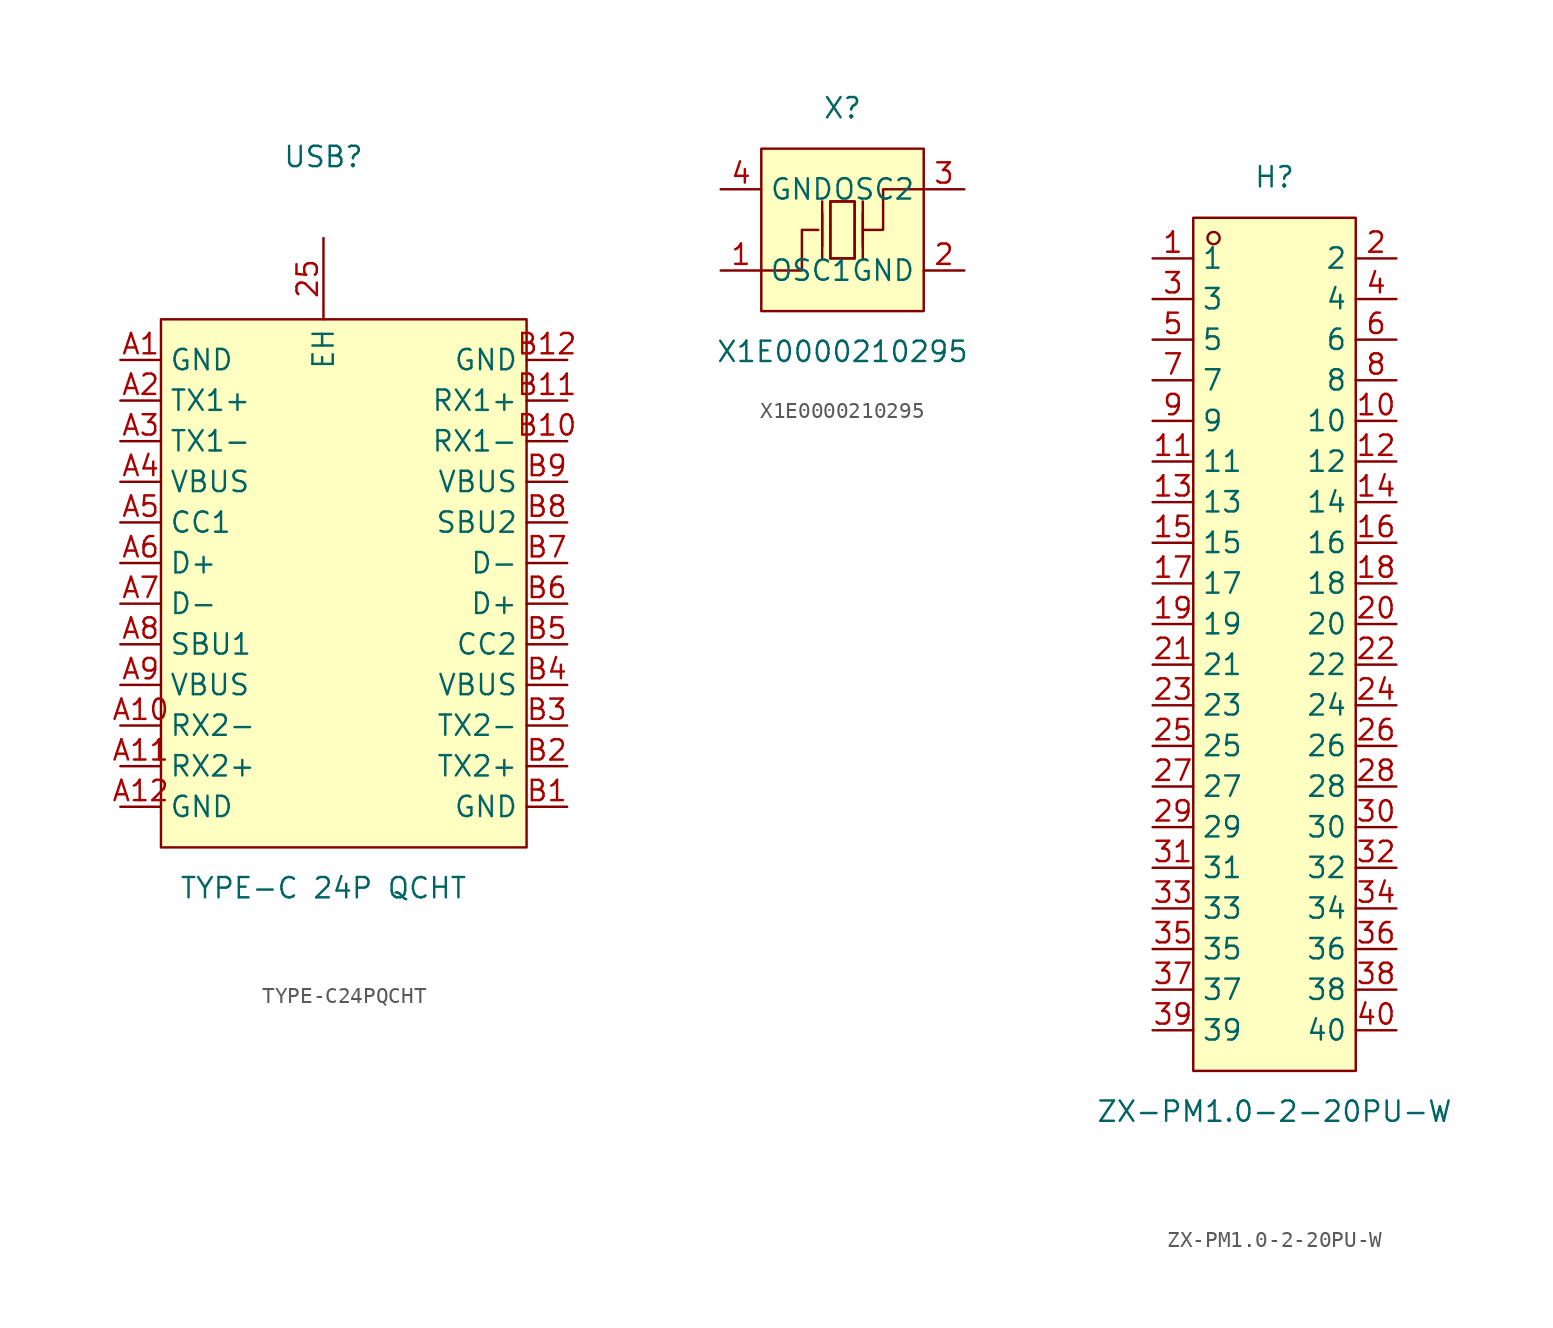
<source format=kicad_sym>
(kicad_symbol_lib
  (version 20241209)
  (generator "kicad_symbol_editor")
  (generator_version "9.0")
  (symbol "TYPE-C24PQCHT"
    (property "Reference" "USB"
      (at 0 25.4 0)
      (effects (font (size 1.27 1.27))))
    (property "Value" "TYPE-C 24P QCHT"
      (at 0 -20.32 0)
      (effects (font (size 1.27 1.27))))
    (symbol "TYPE-C24PQCHT_0_1"
      (rectangle (start -10.16 15.24) (end 12.7 -17.78) (stroke (width 0) (type default)) (fill (type background)))
      (pin unspecified line (at -12.7 12.7 0) (length 2.54) (name "GND" (effects (font (size 1.27 1.27)))) (number "A1" (effects (font (size 1.27 1.27)))))
      (pin unspecified line (at -12.7 10.16 0) (length 2.54) (name "TX1+" (effects (font (size 1.27 1.27)))) (number "A2" (effects (font (size 1.27 1.27)))))
      (pin unspecified line (at -12.7 7.62 0) (length 2.54) (name "TX1-" (effects (font (size 1.27 1.27)))) (number "A3" (effects (font (size 1.27 1.27)))))
      (pin unspecified line (at -12.7 5.08 0) (length 2.54) (name "VBUS" (effects (font (size 1.27 1.27)))) (number "A4" (effects (font (size 1.27 1.27)))))
      (pin unspecified line (at -12.7 2.54 0) (length 2.54) (name "CC1" (effects (font (size 1.27 1.27)))) (number "A5" (effects (font (size 1.27 1.27)))))
      (pin unspecified line (at -12.7 0 0) (length 2.54) (name "D+" (effects (font (size 1.27 1.27)))) (number "A6" (effects (font (size 1.27 1.27)))))
      (pin unspecified line (at -12.7 -2.54 0) (length 2.54) (name "D-" (effects (font (size 1.27 1.27)))) (number "A7" (effects (font (size 1.27 1.27)))))
      (pin unspecified line (at -12.7 -5.08 0) (length 2.54) (name "SBU1" (effects (font (size 1.27 1.27)))) (number "A8" (effects (font (size 1.27 1.27)))))
      (pin unspecified line (at -12.7 -7.62 0) (length 2.54) (name "VBUS" (effects (font (size 1.27 1.27)))) (number "A9" (effects (font (size 1.27 1.27)))))
      (pin unspecified line (at -12.7 -10.16 0) (length 2.54) (name "RX2-" (effects (font (size 1.27 1.27)))) (number "A10" (effects (font (size 1.27 1.27)))))
      (pin unspecified line (at -12.7 -12.7 0) (length 2.54) (name "RX2+" (effects (font (size 1.27 1.27)))) (number "A11" (effects (font (size 1.27 1.27)))))
      (pin unspecified line (at -12.7 -15.24 0) (length 2.54) (name "GND" (effects (font (size 1.27 1.27)))) (number "A12" (effects (font (size 1.27 1.27)))))
      (pin unspecified line (at 0 20.32 270) (length 5.08) (name "EH" (effects (font (size 1.27 1.27)))) (number "25" (effects (font (size 1.27 1.27)))))
      (pin unspecified line (at 15.24 12.7 180) (length 2.54) (name "GND" (effects (font (size 1.27 1.27)))) (number "B12" (effects (font (size 1.27 1.27)))))
      (pin unspecified line (at 15.24 10.16 180) (length 2.54) (name "RX1+" (effects (font (size 1.27 1.27)))) (number "B11" (effects (font (size 1.27 1.27)))))
      (pin unspecified line (at 15.24 7.62 180) (length 2.54) (name "RX1-" (effects (font (size 1.27 1.27)))) (number "B10" (effects (font (size 1.27 1.27)))))
      (pin unspecified line (at 15.24 5.08 180) (length 2.54) (name "VBUS" (effects (font (size 1.27 1.27)))) (number "B9" (effects (font (size 1.27 1.27)))))
      (pin unspecified line (at 15.24 2.54 180) (length 2.54) (name "SBU2" (effects (font (size 1.27 1.27)))) (number "B8" (effects (font (size 1.27 1.27)))))
      (pin unspecified line (at 15.24 0 180) (length 2.54) (name "D-" (effects (font (size 1.27 1.27)))) (number "B7" (effects (font (size 1.27 1.27)))))
      (pin unspecified line (at 15.24 -2.54 180) (length 2.54) (name "D+" (effects (font (size 1.27 1.27)))) (number "B6" (effects (font (size 1.27 1.27)))))
      (pin unspecified line (at 15.24 -5.08 180) (length 2.54) (name "CC2" (effects (font (size 1.27 1.27)))) (number "B5" (effects (font (size 1.27 1.27)))))
      (pin unspecified line (at 15.24 -7.62 180) (length 2.54) (name "VBUS" (effects (font (size 1.27 1.27)))) (number "B4" (effects (font (size 1.27 1.27)))))
      (pin unspecified line (at 15.24 -10.16 180) (length 2.54) (name "TX2-" (effects (font (size 1.27 1.27)))) (number "B3" (effects (font (size 1.27 1.27)))))
      (pin unspecified line (at 15.24 -12.7 180) (length 2.54) (name "TX2+" (effects (font (size 1.27 1.27)))) (number "B2" (effects (font (size 1.27 1.27)))))
      (pin unspecified line (at 15.24 -15.24 180) (length 2.54) (name "GND" (effects (font (size 1.27 1.27)))) (number "B1" (effects (font (size 1.27 1.27)))))))
  (symbol "X1E0000210295"
    (property "Reference" "X"
      (at 0 7.62 0)
      (effects (font (size 1.27 1.27))))
    (property "Value" "X1E0000210295"
      (at 0 -7.62 0)
      (effects (font (size 1.27 1.27))))
    (symbol "X1E0000210295_0_1"
      (rectangle (start -5.08 5.08) (end 5.08 -5.08) (stroke (width 0) (type default)) (fill (type background)))
      (polyline (pts (xy -5.08 -2.54) (xy -2.54 -2.54) (xy -2.54 0) (xy -1.52 0)) (stroke (width 0) (type default)) (fill (type none)))
      (polyline (pts (xy -1.27 -1.02) (xy -1.27 1.02)) (stroke (width 0) (type default)) (fill (type none)))
      (polyline (pts (xy -1.27 -1.78) (xy -1.27 1.78)) (stroke (width 0) (type default)) (fill (type none)))
      (polyline (pts (xy -0.76 -1.78) (xy -0.76 1.78) (xy 0.76 1.78) (xy 0.76 -1.78)) (stroke (width 0) (type default)) (fill (type none)))
      (polyline (pts (xy 0.76 1.78) (xy 0.76 -1.78) (xy -0.76 -1.78) (xy -0.76 1.78) (xy 0.76 1.78)) (stroke (width 0) (type default)) (fill (type background)))
      (polyline (pts (xy 0.76 -1.78) (xy -0.76 -1.78)) (stroke (width 0) (type default)) (fill (type none)))
      (polyline (pts (xy 1.27 -1.02) (xy 1.27 1.02)) (stroke (width 0) (type default)) (fill (type none)))
      (polyline (pts (xy 1.27 -1.78) (xy 1.27 1.78)) (stroke (width 0) (type default)) (fill (type none)))
      (polyline (pts (xy 5.08 2.54) (xy 2.54 2.54) (xy 2.54 0) (xy 1.27 0)) (stroke (width 0) (type default)) (fill (type none)))
      (pin input line (at -7.62 2.54 0) (length 2.54) (name "GND" (effects (font (size 1.27 1.27)))) (number "4" (effects (font (size 1.27 1.27)))))
      (pin input line (at -7.62 -2.54 0) (length 2.54) (name "OSC1" (effects (font (size 1.27 1.27)))) (number "1" (effects (font (size 1.27 1.27)))))
      (pin input line (at 7.62 2.54 180) (length 2.54) (name "OSC2" (effects (font (size 1.27 1.27)))) (number "3" (effects (font (size 1.27 1.27)))))
      (pin input line (at 7.62 -2.54 180) (length 2.54) (name "GND" (effects (font (size 1.27 1.27)))) (number "2" (effects (font (size 1.27 1.27)))))))
  (symbol "ZX-PM1.0-2-20PU-W"
    (property "Reference" "H"
      (at 0 29.21 0)
      (effects (font (size 1.27 1.27))))
    (property "Value" "ZX-PM1.0-2-20PU-W"
      (at 0 -29.21 0)
      (effects (font (size 1.27 1.27))))
    (symbol "ZX-PM1.0-2-20PU-W_0_1"
      (rectangle (start -5.08 26.67) (end 5.08 -26.67) (stroke (width 0) (type default)) (fill (type background)))
      (circle (center -3.81 25.4) (radius 0.38) (stroke (width 0) (type default)) (fill (type none)))
      (pin unspecified line (at -7.62 24.13 0) (length 2.54) (name "1" (effects (font (size 1.27 1.27)))) (number "1" (effects (font (size 1.27 1.27)))))
      (pin unspecified line (at -7.62 21.59 0) (length 2.54) (name "3" (effects (font (size 1.27 1.27)))) (number "3" (effects (font (size 1.27 1.27)))))
      (pin unspecified line (at -7.62 19.05 0) (length 2.54) (name "5" (effects (font (size 1.27 1.27)))) (number "5" (effects (font (size 1.27 1.27)))))
      (pin unspecified line (at -7.62 16.51 0) (length 2.54) (name "7" (effects (font (size 1.27 1.27)))) (number "7" (effects (font (size 1.27 1.27)))))
      (pin unspecified line (at -7.62 13.97 0) (length 2.54) (name "9" (effects (font (size 1.27 1.27)))) (number "9" (effects (font (size 1.27 1.27)))))
      (pin unspecified line (at -7.62 11.43 0) (length 2.54) (name "11" (effects (font (size 1.27 1.27)))) (number "11" (effects (font (size 1.27 1.27)))))
      (pin unspecified line (at -7.62 8.89 0) (length 2.54) (name "13" (effects (font (size 1.27 1.27)))) (number "13" (effects (font (size 1.27 1.27)))))
      (pin unspecified line (at -7.62 6.35 0) (length 2.54) (name "15" (effects (font (size 1.27 1.27)))) (number "15" (effects (font (size 1.27 1.27)))))
      (pin unspecified line (at -7.62 3.81 0) (length 2.54) (name "17" (effects (font (size 1.27 1.27)))) (number "17" (effects (font (size 1.27 1.27)))))
      (pin unspecified line (at -7.62 1.27 0) (length 2.54) (name "19" (effects (font (size 1.27 1.27)))) (number "19" (effects (font (size 1.27 1.27)))))
      (pin unspecified line (at -7.62 -1.27 0) (length 2.54) (name "21" (effects (font (size 1.27 1.27)))) (number "21" (effects (font (size 1.27 1.27)))))
      (pin unspecified line (at -7.62 -3.81 0) (length 2.54) (name "23" (effects (font (size 1.27 1.27)))) (number "23" (effects (font (size 1.27 1.27)))))
      (pin unspecified line (at -7.62 -6.35 0) (length 2.54) (name "25" (effects (font (size 1.27 1.27)))) (number "25" (effects (font (size 1.27 1.27)))))
      (pin unspecified line (at -7.62 -8.89 0) (length 2.54) (name "27" (effects (font (size 1.27 1.27)))) (number "27" (effects (font (size 1.27 1.27)))))
      (pin unspecified line (at -7.62 -11.43 0) (length 2.54) (name "29" (effects (font (size 1.27 1.27)))) (number "29" (effects (font (size 1.27 1.27)))))
      (pin unspecified line (at -7.62 -13.97 0) (length 2.54) (name "31" (effects (font (size 1.27 1.27)))) (number "31" (effects (font (size 1.27 1.27)))))
      (pin unspecified line (at -7.62 -16.51 0) (length 2.54) (name "33" (effects (font (size 1.27 1.27)))) (number "33" (effects (font (size 1.27 1.27)))))
      (pin unspecified line (at -7.62 -19.05 0) (length 2.54) (name "35" (effects (font (size 1.27 1.27)))) (number "35" (effects (font (size 1.27 1.27)))))
      (pin unspecified line (at -7.62 -21.59 0) (length 2.54) (name "37" (effects (font (size 1.27 1.27)))) (number "37" (effects (font (size 1.27 1.27)))))
      (pin unspecified line (at -7.62 -24.13 0) (length 2.54) (name "39" (effects (font (size 1.27 1.27)))) (number "39" (effects (font (size 1.27 1.27)))))
      (pin unspecified line (at 7.62 24.13 180) (length 2.54) (name "2" (effects (font (size 1.27 1.27)))) (number "2" (effects (font (size 1.27 1.27)))))
      (pin unspecified line (at 7.62 21.59 180) (length 2.54) (name "4" (effects (font (size 1.27 1.27)))) (number "4" (effects (font (size 1.27 1.27)))))
      (pin unspecified line (at 7.62 19.05 180) (length 2.54) (name "6" (effects (font (size 1.27 1.27)))) (number "6" (effects (font (size 1.27 1.27)))))
      (pin unspecified line (at 7.62 16.51 180) (length 2.54) (name "8" (effects (font (size 1.27 1.27)))) (number "8" (effects (font (size 1.27 1.27)))))
      (pin unspecified line (at 7.62 13.97 180) (length 2.54) (name "10" (effects (font (size 1.27 1.27)))) (number "10" (effects (font (size 1.27 1.27)))))
      (pin unspecified line (at 7.62 11.43 180) (length 2.54) (name "12" (effects (font (size 1.27 1.27)))) (number "12" (effects (font (size 1.27 1.27)))))
      (pin unspecified line (at 7.62 8.89 180) (length 2.54) (name "14" (effects (font (size 1.27 1.27)))) (number "14" (effects (font (size 1.27 1.27)))))
      (pin unspecified line (at 7.62 6.35 180) (length 2.54) (name "16" (effects (font (size 1.27 1.27)))) (number "16" (effects (font (size 1.27 1.27)))))
      (pin unspecified line (at 7.62 3.81 180) (length 2.54) (name "18" (effects (font (size 1.27 1.27)))) (number "18" (effects (font (size 1.27 1.27)))))
      (pin unspecified line (at 7.62 1.27 180) (length 2.54) (name "20" (effects (font (size 1.27 1.27)))) (number "20" (effects (font (size 1.27 1.27)))))
      (pin unspecified line (at 7.62 -1.27 180) (length 2.54) (name "22" (effects (font (size 1.27 1.27)))) (number "22" (effects (font (size 1.27 1.27)))))
      (pin unspecified line (at 7.62 -3.81 180) (length 2.54) (name "24" (effects (font (size 1.27 1.27)))) (number "24" (effects (font (size 1.27 1.27)))))
      (pin unspecified line (at 7.62 -6.35 180) (length 2.54) (name "26" (effects (font (size 1.27 1.27)))) (number "26" (effects (font (size 1.27 1.27)))))
      (pin unspecified line (at 7.62 -8.89 180) (length 2.54) (name "28" (effects (font (size 1.27 1.27)))) (number "28" (effects (font (size 1.27 1.27)))))
      (pin unspecified line (at 7.62 -11.43 180) (length 2.54) (name "30" (effects (font (size 1.27 1.27)))) (number "30" (effects (font (size 1.27 1.27)))))
      (pin unspecified line (at 7.62 -13.97 180) (length 2.54) (name "32" (effects (font (size 1.27 1.27)))) (number "32" (effects (font (size 1.27 1.27)))))
      (pin unspecified line (at 7.62 -16.51 180) (length 2.54) (name "34" (effects (font (size 1.27 1.27)))) (number "34" (effects (font (size 1.27 1.27)))))
      (pin unspecified line (at 7.62 -19.05 180) (length 2.54) (name "36" (effects (font (size 1.27 1.27)))) (number "36" (effects (font (size 1.27 1.27)))))
      (pin unspecified line (at 7.62 -21.59 180) (length 2.54) (name "38" (effects (font (size 1.27 1.27)))) (number "38" (effects (font (size 1.27 1.27)))))
      (pin unspecified line (at 7.62 -24.13 180) (length 2.54) (name "40" (effects (font (size 1.27 1.27)))) (number "40" (effects (font (size 1.27 1.27))))))))
</source>
